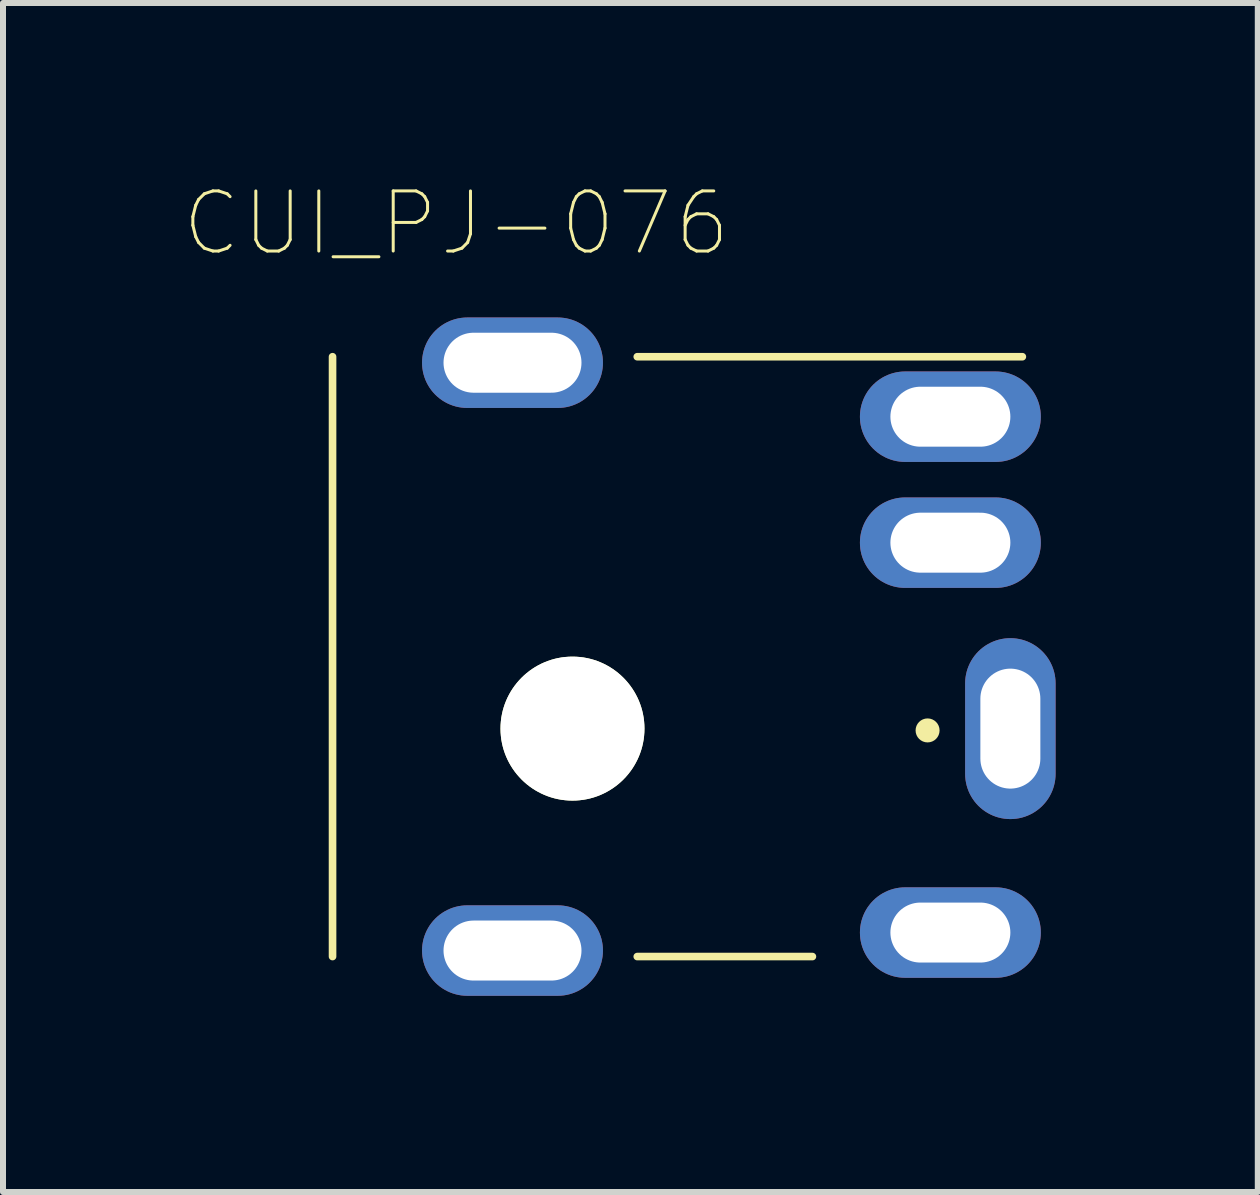
<source format=kicad_pcb>
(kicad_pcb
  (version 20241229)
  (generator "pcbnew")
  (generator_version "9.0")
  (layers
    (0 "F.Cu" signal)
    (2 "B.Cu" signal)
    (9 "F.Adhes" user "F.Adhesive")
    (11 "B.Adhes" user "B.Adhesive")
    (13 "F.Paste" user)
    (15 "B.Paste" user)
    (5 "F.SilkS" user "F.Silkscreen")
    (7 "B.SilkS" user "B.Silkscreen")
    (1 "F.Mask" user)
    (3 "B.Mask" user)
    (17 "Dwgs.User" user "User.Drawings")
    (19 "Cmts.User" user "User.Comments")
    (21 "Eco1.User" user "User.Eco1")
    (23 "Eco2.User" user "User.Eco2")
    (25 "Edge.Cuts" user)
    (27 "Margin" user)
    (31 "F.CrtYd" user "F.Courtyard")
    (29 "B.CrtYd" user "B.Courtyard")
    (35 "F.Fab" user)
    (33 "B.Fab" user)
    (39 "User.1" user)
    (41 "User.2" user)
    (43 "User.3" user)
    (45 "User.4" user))
  (footprint "CUI_PJ-076"
    (layer "F.Cu")
    (at 8.244 7.897)
    (property "Reference" "CUI_PJ-076" (at -3.689 -7.223 0) (layer "F.SilkS") (effects (font (size 1.002 1.002) (thickness 0.05))))
    (attr through_hole)
    (fp_line (start -5.75 -5) (end -5.75 5) (stroke (width 0.127) (type solid)) (layer "F.SilkS"))
    (fp_line (start -0.67 5) (end 2.25 5) (stroke (width 0.127) (type solid)) (layer "F.SilkS"))
    (fp_line (start 5.75 -5) (end -0.67 -5) (stroke (width 0.127) (type solid)) (layer "F.SilkS"))
    (fp_circle (center 4.17 1.23) (end 4.27 1.23) (stroke (width 0.2) (type solid)) (fill no) (layer "F.SilkS"))
    (fp_line (start -6 -5.15) (end -6 5.25) (stroke (width 0.05) (type solid)) (layer "Eco1.User"))
    (fp_line (start -6 5.25) (end -4.61 5.25) (stroke (width 0.05) (type solid)) (layer "Eco1.User"))
    (fp_line (start -4.61 -5.9) (end -4.61 -5.15) (stroke (width 0.05) (type solid)) (layer "Eco1.User"))
    (fp_line (start -4.61 -5.15) (end -6 -5.15) (stroke (width 0.05) (type solid)) (layer "Eco1.User"))
    (fp_line (start -4.61 5.25) (end -4.61 5.9) (stroke (width 0.05) (type solid)) (layer "Eco1.User"))
    (fp_line (start -4.61 5.9) (end -0.8 5.9) (stroke (width 0.05) (type solid)) (layer "Eco1.User"))
    (fp_line (start -0.8 -5.9) (end -4.61 -5.9) (stroke (width 0.05) (type solid)) (layer "Eco1.User"))
    (fp_line (start -0.8 -5.15) (end -0.8 -5.9) (stroke (width 0.05) (type solid)) (layer "Eco1.User"))
    (fp_line (start -0.8 5.25) (end 3.01 5.25) (stroke (width 0.05) (type solid)) (layer "Eco1.User"))
    (fp_line (start -0.8 5.9) (end -0.8 5.25) (stroke (width 0.05) (type solid)) (layer "Eco1.User"))
    (fp_line (start 3.01 5.25) (end 3.01 5.7) (stroke (width 0.05) (type solid)) (layer "Eco1.User"))
    (fp_line (start 3.01 5.7) (end 6.65 5.7) (stroke (width 0.05) (type solid)) (layer "Eco1.User"))
    (fp_line (start 6.65 -5.15) (end -0.8 -5.15) (stroke (width 0.05) (type solid)) (layer "Eco1.User"))
    (fp_line (start 6.65 5.7) (end 6.65 -5.15) (stroke (width 0.05) (type solid)) (layer "Eco1.User"))
    (fp_line (start -5.75 -5) (end -5.75 5) (stroke (width 0.127) (type solid)) (layer "Eco2.User"))
    (fp_line (start -5.75 5) (end 5.75 5) (stroke (width 0.127) (type solid)) (layer "Eco2.User"))
    (fp_line (start 5.75 -5) (end -5.75 -5) (stroke (width 0.127) (type solid)) (layer "Eco2.User"))
    (fp_line (start 5.75 5) (end 5.75 -5) (stroke (width 0.127) (type solid)) (layer "Eco2.User"))
    (pad "" np_thru_hole circle (at -1.75 1.2) (size 2.4 2.4) (drill 2.4) (layers "*.Cu" "*.Mask" "F.SilkS"))
    (pad "1" thru_hole oval (at 5.55 1.2 270) (size 3.016 1.508) (drill oval 2 1) (layers "*.Cu" "*.Mask"))
    (pad "2" thru_hole oval (at 4.55 -4 180) (size 3.016 1.508) (drill oval 2 1) (layers "*.Cu" "*.Mask"))
    (pad "3" thru_hole oval (at 4.55 -1.9 180) (size 3.016 1.508) (drill oval 2 1) (layers "*.Cu" "*.Mask"))
    (pad "4" thru_hole oval (at 4.55 4.6 180) (size 3.016 1.508) (drill oval 2 1) (layers "*.Cu" "*.Mask"))
    (pad "5" thru_hole oval (at -2.75 -4.9 180) (size 3.016 1.508) (drill oval 2.3 1) (layers "*.Cu" "*.Mask"))
    (pad "6" thru_hole oval (at -2.75 4.9 180) (size 3.016 1.508) (drill oval 2.3 1) (layers "*.Cu" "*.Mask")))
  (gr_rect
    (start -3 -3)
    (end 17.919 16.822)
    (stroke (width 0.1) (type default))
    (fill no)
    (layer "Edge.Cuts")))
</source>
